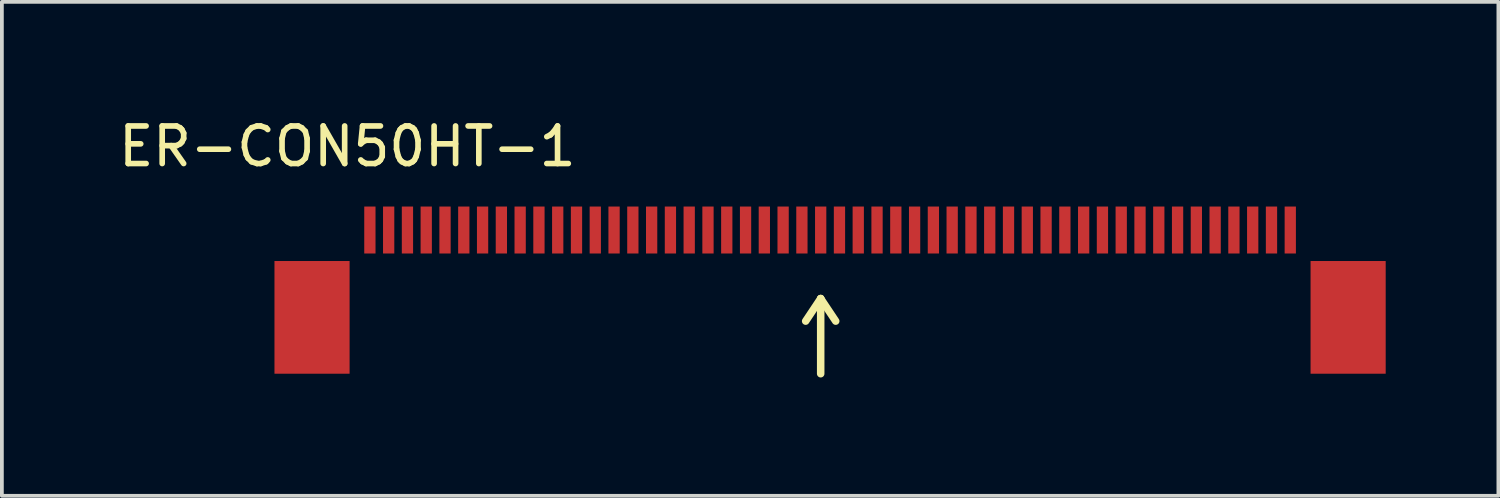
<source format=kicad_pcb>
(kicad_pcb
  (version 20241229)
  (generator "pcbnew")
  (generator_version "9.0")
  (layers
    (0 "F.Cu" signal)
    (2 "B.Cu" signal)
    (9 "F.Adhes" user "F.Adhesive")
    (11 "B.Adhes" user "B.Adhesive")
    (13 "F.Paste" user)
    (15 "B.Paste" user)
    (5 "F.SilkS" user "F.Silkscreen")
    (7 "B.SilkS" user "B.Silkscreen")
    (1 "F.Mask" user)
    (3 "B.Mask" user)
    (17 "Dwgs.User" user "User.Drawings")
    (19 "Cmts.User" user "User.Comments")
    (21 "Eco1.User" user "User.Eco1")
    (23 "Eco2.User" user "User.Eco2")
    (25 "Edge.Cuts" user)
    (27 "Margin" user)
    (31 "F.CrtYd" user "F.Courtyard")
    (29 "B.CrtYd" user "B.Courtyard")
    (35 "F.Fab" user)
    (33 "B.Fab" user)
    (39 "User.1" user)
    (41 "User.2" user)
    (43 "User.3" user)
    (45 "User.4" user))
  (footprint "ER-CON50HT-1"
    (layer "F.Cu")
    (at 18.796 6.898)
    (property "Reference" "ER-CON50HT-1" (at -12.6 -6.05 0) (layer "F.SilkS") (effects (font (size 1 1) (thickness 0.15))))
    (attr smd)
    (fp_line (start 0 -2) (end -0.4 -1.4) (stroke (width 0.2) (type solid)) (layer "F.SilkS"))
    (fp_line (start 0 -2) (end 0.4 -1.4) (stroke (width 0.2) (type solid)) (layer "F.SilkS"))
    (fp_line (start 0 0) (end 0 -2) (stroke (width 0.2) (type solid)) (layer "F.SilkS"))
    (pad "" smd rect (at -13.54 -1.5) (size 2 3) (layers "F.Cu" "F.Mask" "F.Paste"))
    (pad "" smd rect (at 14.04 -1.5) (size 2 3) (layers "F.Cu" "F.Mask" "F.Paste"))
    (pad "1" smd rect (at -12 -3.825) (size 0.3 1.25) (layers "F.Cu" "F.Mask" "F.Paste"))
    (pad "2" smd rect (at -11.5 -3.825) (size 0.3 1.25) (layers "F.Cu" "F.Mask" "F.Paste"))
    (pad "3" smd rect (at -11 -3.825) (size 0.3 1.25) (layers "F.Cu" "F.Mask" "F.Paste"))
    (pad "4" smd rect (at -10.5 -3.825) (size 0.3 1.25) (layers "F.Cu" "F.Mask" "F.Paste"))
    (pad "5" smd rect (at -10 -3.825) (size 0.3 1.25) (layers "F.Cu" "F.Mask" "F.Paste"))
    (pad "6" smd rect (at -9.5 -3.825) (size 0.3 1.25) (layers "F.Cu" "F.Mask" "F.Paste"))
    (pad "7" smd rect (at -9 -3.825) (size 0.3 1.25) (layers "F.Cu" "F.Mask" "F.Paste"))
    (pad "8" smd rect (at -8.5 -3.825) (size 0.3 1.25) (layers "F.Cu" "F.Mask" "F.Paste"))
    (pad "9" smd rect (at -8 -3.825) (size 0.3 1.25) (layers "F.Cu" "F.Mask" "F.Paste"))
    (pad "10" smd rect (at -7.5 -3.825) (size 0.3 1.25) (layers "F.Cu" "F.Mask" "F.Paste"))
    (pad "11" smd rect (at -7 -3.825) (size 0.3 1.25) (layers "F.Cu" "F.Mask" "F.Paste"))
    (pad "12" smd rect (at -6.5 -3.825) (size 0.3 1.25) (layers "F.Cu" "F.Mask" "F.Paste"))
    (pad "13" smd rect (at -6 -3.825) (size 0.3 1.25) (layers "F.Cu" "F.Mask" "F.Paste"))
    (pad "14" smd rect (at -5.5 -3.825) (size 0.3 1.25) (layers "F.Cu" "F.Mask" "F.Paste"))
    (pad "15" smd rect (at -5 -3.825) (size 0.3 1.25) (layers "F.Cu" "F.Mask" "F.Paste"))
    (pad "16" smd rect (at -4.5 -3.825) (size 0.3 1.25) (layers "F.Cu" "F.Mask" "F.Paste"))
    (pad "17" smd rect (at -4 -3.825) (size 0.3 1.25) (layers "F.Cu" "F.Mask" "F.Paste"))
    (pad "18" smd rect (at -3.5 -3.825) (size 0.3 1.25) (layers "F.Cu" "F.Mask" "F.Paste"))
    (pad "19" smd rect (at -3 -3.825) (size 0.3 1.25) (layers "F.Cu" "F.Mask" "F.Paste"))
    (pad "20" smd rect (at -2.5 -3.825) (size 0.3 1.25) (layers "F.Cu" "F.Mask" "F.Paste"))
    (pad "21" smd rect (at -2 -3.825) (size 0.3 1.25) (layers "F.Cu" "F.Mask" "F.Paste"))
    (pad "22" smd rect (at -1.5 -3.825) (size 0.3 1.25) (layers "F.Cu" "F.Mask" "F.Paste"))
    (pad "23" smd rect (at -1 -3.825) (size 0.3 1.25) (layers "F.Cu" "F.Mask" "F.Paste"))
    (pad "24" smd rect (at -0.5 -3.825) (size 0.3 1.25) (layers "F.Cu" "F.Mask" "F.Paste"))
    (pad "25" smd rect (at 0 -3.825) (size 0.3 1.25) (layers "F.Cu" "F.Mask" "F.Paste"))
    (pad "26" smd rect (at 0.5 -3.825) (size 0.3 1.25) (layers "F.Cu" "F.Mask" "F.Paste"))
    (pad "27" smd rect (at 1 -3.825) (size 0.3 1.25) (layers "F.Cu" "F.Mask" "F.Paste"))
    (pad "28" smd rect (at 1.5 -3.825) (size 0.3 1.25) (layers "F.Cu" "F.Mask" "F.Paste"))
    (pad "29" smd rect (at 2 -3.825) (size 0.3 1.25) (layers "F.Cu" "F.Mask" "F.Paste"))
    (pad "30" smd rect (at 2.5 -3.825) (size 0.3 1.25) (layers "F.Cu" "F.Mask" "F.Paste"))
    (pad "31" smd rect (at 3 -3.825) (size 0.3 1.25) (layers "F.Cu" "F.Mask" "F.Paste"))
    (pad "32" smd rect (at 3.5 -3.825) (size 0.3 1.25) (layers "F.Cu" "F.Mask" "F.Paste"))
    (pad "33" smd rect (at 4 -3.825) (size 0.3 1.25) (layers "F.Cu" "F.Mask" "F.Paste"))
    (pad "34" smd rect (at 4.5 -3.825) (size 0.3 1.25) (layers "F.Cu" "F.Mask" "F.Paste"))
    (pad "35" smd rect (at 5 -3.825) (size 0.3 1.25) (layers "F.Cu" "F.Mask" "F.Paste"))
    (pad "36" smd rect (at 5.5 -3.825) (size 0.3 1.25) (layers "F.Cu" "F.Mask" "F.Paste"))
    (pad "37" smd rect (at 6 -3.825) (size 0.3 1.25) (layers "F.Cu" "F.Mask" "F.Paste"))
    (pad "38" smd rect (at 6.5 -3.825) (size 0.3 1.25) (layers "F.Cu" "F.Mask" "F.Paste"))
    (pad "39" smd rect (at 7 -3.825) (size 0.3 1.25) (layers "F.Cu" "F.Mask" "F.Paste"))
    (pad "40" smd rect (at 7.5 -3.825) (size 0.3 1.25) (layers "F.Cu" "F.Mask" "F.Paste"))
    (pad "41" smd rect (at 8 -3.825) (size 0.3 1.25) (layers "F.Cu" "F.Mask" "F.Paste"))
    (pad "42" smd rect (at 8.5 -3.825) (size 0.3 1.25) (layers "F.Cu" "F.Mask" "F.Paste"))
    (pad "43" smd rect (at 9 -3.825) (size 0.3 1.25) (layers "F.Cu" "F.Mask" "F.Paste"))
    (pad "44" smd rect (at 9.5 -3.825) (size 0.3 1.25) (layers "F.Cu" "F.Mask" "F.Paste"))
    (pad "45" smd rect (at 10 -3.825) (size 0.3 1.25) (layers "F.Cu" "F.Mask" "F.Paste"))
    (pad "46" smd rect (at 10.5 -3.825) (size 0.3 1.25) (layers "F.Cu" "F.Mask" "F.Paste"))
    (pad "47" smd rect (at 11 -3.825) (size 0.3 1.25) (layers "F.Cu" "F.Mask" "F.Paste"))
    (pad "48" smd rect (at 11.5 -3.825) (size 0.3 1.25) (layers "F.Cu" "F.Mask" "F.Paste"))
    (pad "49" smd rect (at 12 -3.825) (size 0.3 1.25) (layers "F.Cu" "F.Mask" "F.Paste"))
    (pad "50" smd rect (at 12.5 -3.825) (size 0.3 1.25) (layers "F.Cu" "F.Mask" "F.Paste")))
  (gr_rect
    (start -3 -3)
    (end 36.836 10.148)
    (stroke (width 0.1) (type default))
    (fill no)
    (layer "Edge.Cuts")))
</source>
